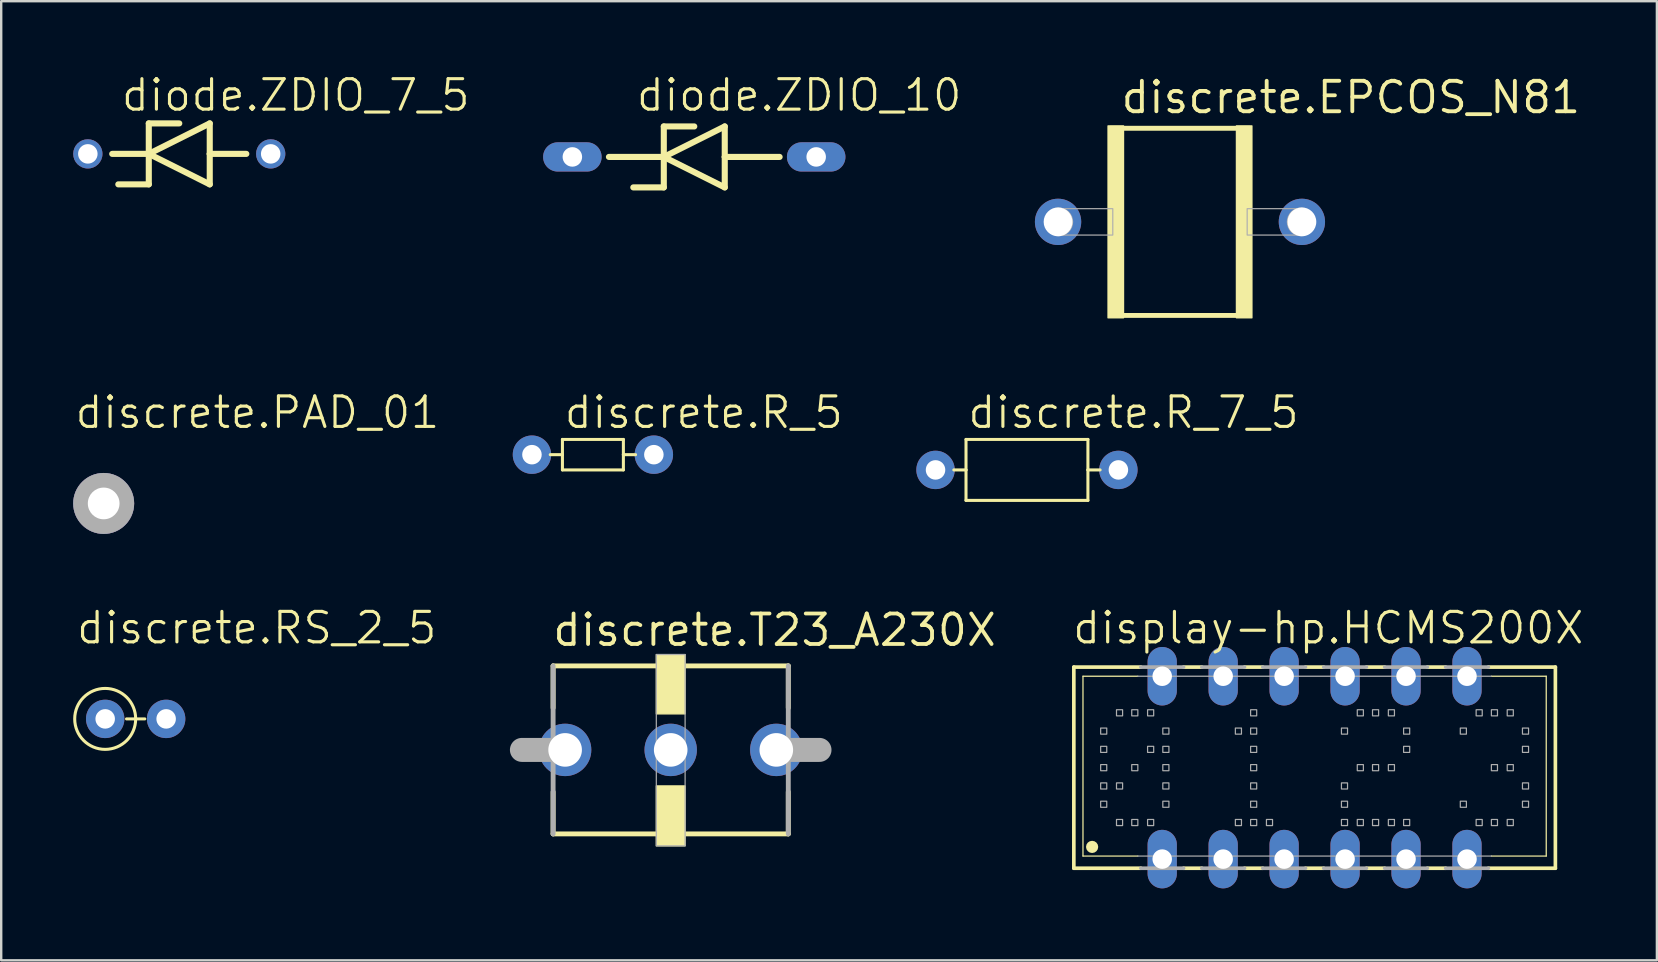
<source format=kicad_pcb>
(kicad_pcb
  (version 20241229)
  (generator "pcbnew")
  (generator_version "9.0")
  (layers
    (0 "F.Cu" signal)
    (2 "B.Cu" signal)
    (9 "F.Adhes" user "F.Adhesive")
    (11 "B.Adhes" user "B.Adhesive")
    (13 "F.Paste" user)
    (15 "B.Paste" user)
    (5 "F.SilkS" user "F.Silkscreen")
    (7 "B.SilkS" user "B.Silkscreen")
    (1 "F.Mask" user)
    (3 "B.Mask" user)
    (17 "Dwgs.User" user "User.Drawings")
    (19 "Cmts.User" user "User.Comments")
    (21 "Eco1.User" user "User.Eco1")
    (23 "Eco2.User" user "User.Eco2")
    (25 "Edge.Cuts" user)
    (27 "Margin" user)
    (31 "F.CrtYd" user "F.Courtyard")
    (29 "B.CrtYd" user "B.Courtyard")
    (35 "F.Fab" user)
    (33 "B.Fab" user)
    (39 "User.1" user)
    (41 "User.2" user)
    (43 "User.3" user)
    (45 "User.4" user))
  (footprint "display-hp.HCMS200X"
    (layer "F.Cu")
    (at 51.729 28.938)
    (property "Reference" "display-hp.HCMS200X" (at -10.16 -5.08 0) (layer "F.SilkS") (effects (font (size 1.27 1.27) (thickness 0.13)) (justify left bottom)))
    (attr through_hole)
    (fp_line (start -10.033 -4.191) (end -10.033 4.191) (stroke (width 0.152) (type default)) (layer "F.SilkS"))
    (fp_line (start -9.652 3.683) (end -9.652 -3.81) (stroke (width 0.051) (type default)) (layer "F.SilkS"))
    (fp_line (start -7.366 -3.81) (end -9.652 -3.81) (stroke (width 0.051) (type default)) (layer "F.SilkS"))
    (fp_line (start -7.366 3.683) (end -9.652 3.683) (stroke (width 0.051) (type default)) (layer "F.SilkS"))
    (fp_line (start -7.239 -4.191) (end -10.033 -4.191) (stroke (width 0.152) (type default)) (layer "F.SilkS"))
    (fp_line (start -7.239 4.191) (end -10.033 4.191) (stroke (width 0.152) (type default)) (layer "F.SilkS"))
    (fp_line (start -4.699 -4.191) (end -5.461 -4.191) (stroke (width 0.152) (type default)) (layer "F.SilkS"))
    (fp_line (start -4.699 4.191) (end -5.461 4.191) (stroke (width 0.152) (type default)) (layer "F.SilkS"))
    (fp_line (start -2.159 -4.191) (end -2.921 -4.191) (stroke (width 0.152) (type default)) (layer "F.SilkS"))
    (fp_line (start -2.159 4.191) (end -2.921 4.191) (stroke (width 0.152) (type default)) (layer "F.SilkS"))
    (fp_line (start 0.381 -4.191) (end -0.381 -4.191) (stroke (width 0.152) (type default)) (layer "F.SilkS"))
    (fp_line (start 0.381 4.191) (end -0.381 4.191) (stroke (width 0.152) (type default)) (layer "F.SilkS"))
    (fp_line (start 2.921 -4.191) (end 2.159 -4.191) (stroke (width 0.152) (type default)) (layer "F.SilkS"))
    (fp_line (start 2.921 4.191) (end 2.159 4.191) (stroke (width 0.152) (type default)) (layer "F.SilkS"))
    (fp_line (start 5.461 -4.191) (end 4.699 -4.191) (stroke (width 0.152) (type default)) (layer "F.SilkS"))
    (fp_line (start 5.461 4.191) (end 4.699 4.191) (stroke (width 0.152) (type default)) (layer "F.SilkS"))
    (fp_line (start 9.652 -3.81) (end 7.366 -3.81) (stroke (width 0.051) (type default)) (layer "F.SilkS"))
    (fp_line (start 9.652 -3.81) (end 9.652 3.683) (stroke (width 0.051) (type default)) (layer "F.SilkS"))
    (fp_line (start 9.652 3.683) (end 7.366 3.683) (stroke (width 0.051) (type default)) (layer "F.SilkS"))
    (fp_line (start 10.033 -4.191) (end 7.239 -4.191) (stroke (width 0.152) (type default)) (layer "F.SilkS"))
    (fp_line (start 10.033 4.191) (end 7.239 4.191) (stroke (width 0.152) (type default)) (layer "F.SilkS"))
    (fp_line (start 10.033 4.191) (end 10.033 -4.191) (stroke (width 0.152) (type default)) (layer "F.SilkS"))
    (fp_circle (center -9.271 3.302) (end -9.144 3.302) (stroke (width 0.254) (type default)) (fill no) (layer "F.SilkS"))
    (fp_line (start -7.366 -3.81) (end 7.366 -3.81) (stroke (width 0.051) (type default)) (layer "F.Fab"))
    (fp_line (start -7.366 3.683) (end 7.366 3.683) (stroke (width 0.051) (type default)) (layer "F.Fab"))
    (fp_line (start -7.239 -4.191) (end -5.461 -4.191) (stroke (width 0.152) (type default)) (layer "F.Fab"))
    (fp_line (start -5.461 4.191) (end -7.239 4.191) (stroke (width 0.152) (type default)) (layer "F.Fab"))
    (fp_line (start -4.699 -4.191) (end -2.921 -4.191) (stroke (width 0.152) (type default)) (layer "F.Fab"))
    (fp_line (start -4.699 4.191) (end -2.921 4.191) (stroke (width 0.152) (type default)) (layer "F.Fab"))
    (fp_line (start -0.381 -4.191) (end -2.159 -4.191) (stroke (width 0.152) (type default)) (layer "F.Fab"))
    (fp_line (start -0.381 4.191) (end -2.159 4.191) (stroke (width 0.152) (type default)) (layer "F.Fab"))
    (fp_line (start 0.381 -4.191) (end 2.159 -4.191) (stroke (width 0.152) (type default)) (layer "F.Fab"))
    (fp_line (start 2.159 4.191) (end 0.381 4.191) (stroke (width 0.152) (type default)) (layer "F.Fab"))
    (fp_line (start 4.699 -4.191) (end 2.921 -4.191) (stroke (width 0.152) (type default)) (layer "F.Fab"))
    (fp_line (start 4.699 4.191) (end 2.921 4.191) (stroke (width 0.152) (type default)) (layer "F.Fab"))
    (fp_line (start 5.461 -4.191) (end 7.239 -4.191) (stroke (width 0.152) (type default)) (layer "F.Fab"))
    (fp_line (start 5.461 4.191) (end 7.239 4.191) (stroke (width 0.152) (type default)) (layer "F.Fab"))
    (fp_rect (start -8.915 -1.397) (end -8.661 -1.651) (stroke (width 0.05) (type default)) (fill no) (layer "F.Fab"))
    (fp_rect (start -8.915 -0.635) (end -8.661 -0.889) (stroke (width 0.05) (type default)) (fill no) (layer "F.Fab"))
    (fp_rect (start -8.915 0.127) (end -8.661 -0.127) (stroke (width 0.05) (type default)) (fill no) (layer "F.Fab"))
    (fp_rect (start -8.915 0.889) (end -8.661 0.635) (stroke (width 0.05) (type default)) (fill no) (layer "F.Fab"))
    (fp_rect (start -8.915 1.651) (end -8.661 1.397) (stroke (width 0.05) (type default)) (fill no) (layer "F.Fab"))
    (fp_rect (start -8.255 -2.159) (end -8.001 -2.413) (stroke (width 0.05) (type default)) (fill no) (layer "F.Fab"))
    (fp_rect (start -8.255 0.889) (end -8.001 0.635) (stroke (width 0.05) (type default)) (fill no) (layer "F.Fab"))
    (fp_rect (start -8.255 2.413) (end -8.001 2.159) (stroke (width 0.05) (type default)) (fill no) (layer "F.Fab"))
    (fp_rect (start -7.62 -2.159) (end -7.366 -2.413) (stroke (width 0.05) (type default)) (fill no) (layer "F.Fab"))
    (fp_rect (start -7.62 0.127) (end -7.366 -0.127) (stroke (width 0.05) (type default)) (fill no) (layer "F.Fab"))
    (fp_rect (start -7.62 2.413) (end -7.366 2.159) (stroke (width 0.05) (type default)) (fill no) (layer "F.Fab"))
    (fp_rect (start -6.96 -2.159) (end -6.706 -2.413) (stroke (width 0.05) (type default)) (fill no) (layer "F.Fab"))
    (fp_rect (start -6.96 -0.635) (end -6.706 -0.889) (stroke (width 0.05) (type default)) (fill no) (layer "F.Fab"))
    (fp_rect (start -6.96 2.413) (end -6.706 2.159) (stroke (width 0.05) (type default)) (fill no) (layer "F.Fab"))
    (fp_rect (start -6.325 -1.397) (end -6.071 -1.651) (stroke (width 0.05) (type default)) (fill no) (layer "F.Fab"))
    (fp_rect (start -6.325 -0.635) (end -6.071 -0.889) (stroke (width 0.05) (type default)) (fill no) (layer "F.Fab"))
    (fp_rect (start -6.325 0.127) (end -6.071 -0.127) (stroke (width 0.05) (type default)) (fill no) (layer "F.Fab"))
    (fp_rect (start -6.325 0.889) (end -6.071 0.635) (stroke (width 0.05) (type default)) (fill no) (layer "F.Fab"))
    (fp_rect (start -6.325 1.651) (end -6.071 1.397) (stroke (width 0.05) (type default)) (fill no) (layer "F.Fab"))
    (fp_rect (start -3.302 -1.397) (end -3.048 -1.651) (stroke (width 0.05) (type default)) (fill no) (layer "F.Fab"))
    (fp_rect (start -3.302 2.413) (end -3.048 2.159) (stroke (width 0.05) (type default)) (fill no) (layer "F.Fab"))
    (fp_rect (start -2.667 -2.159) (end -2.413 -2.413) (stroke (width 0.05) (type default)) (fill no) (layer "F.Fab"))
    (fp_rect (start -2.667 -1.397) (end -2.413 -1.651) (stroke (width 0.05) (type default)) (fill no) (layer "F.Fab"))
    (fp_rect (start -2.667 -0.635) (end -2.413 -0.889) (stroke (width 0.05) (type default)) (fill no) (layer "F.Fab"))
    (fp_rect (start -2.667 0.127) (end -2.413 -0.127) (stroke (width 0.05) (type default)) (fill no) (layer "F.Fab"))
    (fp_rect (start -2.667 0.889) (end -2.413 0.635) (stroke (width 0.05) (type default)) (fill no) (layer "F.Fab"))
    (fp_rect (start -2.667 1.651) (end -2.413 1.397) (stroke (width 0.05) (type default)) (fill no) (layer "F.Fab"))
    (fp_rect (start -2.667 2.413) (end -2.413 2.159) (stroke (width 0.05) (type default)) (fill no) (layer "F.Fab"))
    (fp_rect (start -2.007 2.413) (end -1.753 2.159) (stroke (width 0.05) (type default)) (fill no) (layer "F.Fab"))
    (fp_rect (start 1.118 -1.397) (end 1.372 -1.651) (stroke (width 0.05) (type default)) (fill no) (layer "F.Fab"))
    (fp_rect (start 1.118 0.889) (end 1.372 0.635) (stroke (width 0.05) (type default)) (fill no) (layer "F.Fab"))
    (fp_rect (start 1.118 1.651) (end 1.372 1.397) (stroke (width 0.05) (type default)) (fill no) (layer "F.Fab"))
    (fp_rect (start 1.118 2.413) (end 1.372 2.159) (stroke (width 0.05) (type default)) (fill no) (layer "F.Fab"))
    (fp_rect (start 1.778 -2.159) (end 2.032 -2.413) (stroke (width 0.05) (type default)) (fill no) (layer "F.Fab"))
    (fp_rect (start 1.778 0.127) (end 2.032 -0.127) (stroke (width 0.05) (type default)) (fill no) (layer "F.Fab"))
    (fp_rect (start 1.778 2.413) (end 2.032 2.159) (stroke (width 0.05) (type default)) (fill no) (layer "F.Fab"))
    (fp_rect (start 2.413 -2.159) (end 2.667 -2.413) (stroke (width 0.05) (type default)) (fill no) (layer "F.Fab"))
    (fp_rect (start 2.413 0.127) (end 2.667 -0.127) (stroke (width 0.05) (type default)) (fill no) (layer "F.Fab"))
    (fp_rect (start 2.413 2.413) (end 2.667 2.159) (stroke (width 0.05) (type default)) (fill no) (layer "F.Fab"))
    (fp_rect (start 3.073 -2.159) (end 3.327 -2.413) (stroke (width 0.05) (type default)) (fill no) (layer "F.Fab"))
    (fp_rect (start 3.073 0.127) (end 3.327 -0.127) (stroke (width 0.05) (type default)) (fill no) (layer "F.Fab"))
    (fp_rect (start 3.073 2.413) (end 3.327 2.159) (stroke (width 0.05) (type default)) (fill no) (layer "F.Fab"))
    (fp_rect (start 3.708 -1.397) (end 3.962 -1.651) (stroke (width 0.05) (type default)) (fill no) (layer "F.Fab"))
    (fp_rect (start 3.708 -0.635) (end 3.962 -0.889) (stroke (width 0.05) (type default)) (fill no) (layer "F.Fab"))
    (fp_rect (start 3.708 2.413) (end 3.962 2.159) (stroke (width 0.05) (type default)) (fill no) (layer "F.Fab"))
    (fp_rect (start 6.071 -1.397) (end 6.325 -1.651) (stroke (width 0.05) (type default)) (fill no) (layer "F.Fab"))
    (fp_rect (start 6.071 1.651) (end 6.325 1.397) (stroke (width 0.05) (type default)) (fill no) (layer "F.Fab"))
    (fp_rect (start 6.731 -2.159) (end 6.985 -2.413) (stroke (width 0.05) (type default)) (fill no) (layer "F.Fab"))
    (fp_rect (start 6.731 2.413) (end 6.985 2.159) (stroke (width 0.05) (type default)) (fill no) (layer "F.Fab"))
    (fp_rect (start 7.366 -2.159) (end 7.62 -2.413) (stroke (width 0.05) (type default)) (fill no) (layer "F.Fab"))
    (fp_rect (start 7.366 0.127) (end 7.62 -0.127) (stroke (width 0.05) (type default)) (fill no) (layer "F.Fab"))
    (fp_rect (start 7.366 2.413) (end 7.62 2.159) (stroke (width 0.05) (type default)) (fill no) (layer "F.Fab"))
    (fp_rect (start 8.026 -2.159) (end 8.28 -2.413) (stroke (width 0.05) (type default)) (fill no) (layer "F.Fab"))
    (fp_rect (start 8.026 0.127) (end 8.28 -0.127) (stroke (width 0.05) (type default)) (fill no) (layer "F.Fab"))
    (fp_rect (start 8.026 2.413) (end 8.28 2.159) (stroke (width 0.05) (type default)) (fill no) (layer "F.Fab"))
    (fp_rect (start 8.661 -1.397) (end 8.915 -1.651) (stroke (width 0.05) (type default)) (fill no) (layer "F.Fab"))
    (fp_rect (start 8.661 -0.635) (end 8.915 -0.889) (stroke (width 0.05) (type default)) (fill no) (layer "F.Fab"))
    (fp_rect (start 8.661 0.889) (end 8.915 0.635) (stroke (width 0.05) (type default)) (fill no) (layer "F.Fab"))
    (fp_rect (start 8.661 1.651) (end 8.915 1.397) (stroke (width 0.05) (type default)) (fill no) (layer "F.Fab"))
    (pad "1" thru_hole oval (at -6.35 3.81 90) (size 2.438 1.219) (drill 0.813) (layers "*.Cu" "*.Mask"))
    (pad "2" thru_hole oval (at -3.81 3.81 90) (size 2.438 1.219) (drill 0.813) (layers "*.Cu" "*.Mask"))
    (pad "3" thru_hole oval (at -1.27 3.81 90) (size 2.438 1.219) (drill 0.813) (layers "*.Cu" "*.Mask"))
    (pad "4" thru_hole oval (at 1.27 3.81 90) (size 2.438 1.219) (drill 0.813) (layers "*.Cu" "*.Mask"))
    (pad "5" thru_hole oval (at 3.81 3.81 90) (size 2.438 1.219) (drill 0.813) (layers "*.Cu" "*.Mask"))
    (pad "6" thru_hole oval (at 6.35 3.81 90) (size 2.438 1.219) (drill 0.813) (layers "*.Cu" "*.Mask"))
    (pad "7" thru_hole oval (at 6.35 -3.81 90) (size 2.438 1.219) (drill 0.813) (layers "*.Cu" "*.Mask"))
    (pad "8" thru_hole oval (at 3.81 -3.81 90) (size 2.438 1.219) (drill 0.813) (layers "*.Cu" "*.Mask"))
    (pad "9" thru_hole oval (at 1.27 -3.81 90) (size 2.438 1.219) (drill 0.813) (layers "*.Cu" "*.Mask"))
    (pad "10" thru_hole oval (at -1.27 -3.81 90) (size 2.438 1.219) (drill 0.813) (layers "*.Cu" "*.Mask"))
    (pad "11" thru_hole oval (at -3.81 -3.81 90) (size 2.438 1.219) (drill 0.813) (layers "*.Cu" "*.Mask"))
    (pad "12" thru_hole oval (at -6.35 -3.81 90) (size 2.438 1.219) (drill 0.813) (layers "*.Cu" "*.Mask")))
  (footprint "diode.ZDIO_10"
    (layer "F.Cu")
    (at 25.88 3.489)
    (property "Reference" "diode.ZDIO_10" (at -2.489 -1.829 0) (layer "F.SilkS") (effects (font (size 1.27 1.27) (thickness 0.13)) (justify left bottom)))
    (attr through_hole)
    (fp_line (start -3.556 0) (end -1.27 0) (stroke (width 0.254) (type default)) (layer "F.SilkS"))
    (fp_line (start -1.27 -1.27) (end -1.27 0) (stroke (width 0.254) (type default)) (layer "F.SilkS"))
    (fp_line (start -1.27 0) (end -1.27 1.27) (stroke (width 0.254) (type default)) (layer "F.SilkS"))
    (fp_line (start -1.27 0) (end 1.27 -1.27) (stroke (width 0.254) (type default)) (layer "F.SilkS"))
    (fp_line (start -1.27 1.27) (end -2.54 1.27) (stroke (width 0.254) (type default)) (layer "F.SilkS"))
    (fp_line (start 0 -1.27) (end -1.27 -1.27) (stroke (width 0.254) (type default)) (layer "F.SilkS"))
    (fp_line (start 1.27 -1.27) (end 1.27 0) (stroke (width 0.254) (type default)) (layer "F.SilkS"))
    (fp_line (start 1.27 0) (end 1.27 1.27) (stroke (width 0.254) (type default)) (layer "F.SilkS"))
    (fp_line (start 1.27 0) (end 3.556 0) (stroke (width 0.254) (type default)) (layer "F.SilkS"))
    (fp_line (start 1.27 1.27) (end -1.27 0) (stroke (width 0.254) (type default)) (layer "F.SilkS"))
    (pad "A" thru_hole oval (at 5.08 0) (size 2.438 1.219) (drill 0.813) (layers "*.Cu" "*.Mask"))
    (pad "C" thru_hole oval (at -5.08 0) (size 2.438 1.219) (drill 0.813) (layers "*.Cu" "*.Mask")))
  (footprint "diode.ZDIO_7_5"
    (layer "F.Cu")
    (at 4.42 3.362)
    (property "Reference" "diode.ZDIO_7_5" (at -2.489 -1.702 0) (layer "F.SilkS") (effects (font (size 1.27 1.27) (thickness 0.13)) (justify left bottom)))
    (attr through_hole)
    (fp_line (start -2.794 0) (end -1.27 0) (stroke (width 0.254) (type default)) (layer "F.SilkS"))
    (fp_line (start -1.27 -1.27) (end -1.27 0) (stroke (width 0.254) (type default)) (layer "F.SilkS"))
    (fp_line (start -1.27 0) (end -1.27 1.27) (stroke (width 0.254) (type default)) (layer "F.SilkS"))
    (fp_line (start -1.27 0) (end 1.27 -1.27) (stroke (width 0.254) (type default)) (layer "F.SilkS"))
    (fp_line (start -1.27 1.27) (end -2.54 1.27) (stroke (width 0.254) (type default)) (layer "F.SilkS"))
    (fp_line (start 0 -1.27) (end -1.27 -1.27) (stroke (width 0.254) (type default)) (layer "F.SilkS"))
    (fp_line (start 1.27 -1.27) (end 1.27 0) (stroke (width 0.254) (type default)) (layer "F.SilkS"))
    (fp_line (start 1.27 0) (end 1.27 1.27) (stroke (width 0.254) (type default)) (layer "F.SilkS"))
    (fp_line (start 1.27 0) (end 2.794 0) (stroke (width 0.254) (type default)) (layer "F.SilkS"))
    (fp_line (start 1.27 1.27) (end -1.27 0) (stroke (width 0.254) (type default)) (layer "F.SilkS"))
    (pad "A" thru_hole circle (at 3.81 0) (size 1.219 1.219) (drill 0.813) (layers "*.Cu" "*.Mask"))
    (pad "C" thru_hole circle (at -3.81 0) (size 1.219 1.219) (drill 0.813) (layers "*.Cu" "*.Mask")))
  (footprint "discrete.R_5"
    (layer "F.Cu")
    (at 21.656 15.896)
    (property "Reference" "discrete.R_5" (at -1.27 -1.016 0) (layer "F.SilkS") (effects (font (size 1.27 1.27) (thickness 0.13)) (justify left bottom)))
    (attr through_hole)
    (fp_line (start -1.778 0) (end -1.27 0) (stroke (width 0.127) (type default)) (layer "F.SilkS"))
    (fp_line (start -1.27 -0.635) (end -1.27 0) (stroke (width 0.127) (type default)) (layer "F.SilkS"))
    (fp_line (start -1.27 -0.635) (end 1.27 -0.635) (stroke (width 0.127) (type default)) (layer "F.SilkS"))
    (fp_line (start -1.27 0) (end -1.27 0.635) (stroke (width 0.127) (type default)) (layer "F.SilkS"))
    (fp_line (start 1.27 -0.635) (end 1.27 0) (stroke (width 0.127) (type default)) (layer "F.SilkS"))
    (fp_line (start 1.27 0) (end 1.27 0.635) (stroke (width 0.127) (type default)) (layer "F.SilkS"))
    (fp_line (start 1.27 0) (end 1.778 0) (stroke (width 0.127) (type default)) (layer "F.SilkS"))
    (fp_line (start 1.27 0.635) (end -1.27 0.635) (stroke (width 0.127) (type default)) (layer "F.SilkS"))
    (pad "1" thru_hole circle (at -2.54 0) (size 1.6 1.6) (drill 0.813) (layers "*.Cu" "*.Mask"))
    (pad "2" thru_hole circle (at 2.54 0) (size 1.6 1.6) (drill 0.813) (layers "*.Cu" "*.Mask")))
  (footprint "discrete.PAD_01"
    (layer "F.Cu")
    (at 1.27 17.928)
    (property "Reference" "discrete.PAD_01" (at -1.27 -3.048 0) (layer "F.SilkS") (effects (font (size 1.27 1.27) (thickness 0.13)) (justify left bottom)))
    (attr through_hole)
    (fp_circle (center 0 0) (end 0.889 0) (stroke (width 0.762) (type default)) (fill no) (layer "F.Fab"))
    (pad "1" thru_hole circle (at 0 0) (size 2.54 2.54) (drill 1.321) (layers "*.Cu" "*.Mask")))
  (footprint "discrete.EPCOS_N81"
    (layer "F.Cu")
    (at 46.119 6.195)
    (property "Reference" "discrete.EPCOS_N81" (at -2.54 -4.445 0) (layer "F.SilkS") (effects (font (size 1.27 1.27) (thickness 0.16)) (justify left bottom)))
    (attr through_hole)
    (fp_line (start -2.9 -3.9) (end 2.9 -3.9) (stroke (width 0.203) (type default)) (layer "F.SilkS"))
    (fp_line (start 2.9 3.9) (end -2.9 3.9) (stroke (width 0.203) (type default)) (layer "F.SilkS"))
    (fp_rect (start -3 4) (end -2.35 -4) (stroke (width 0.05) (type default)) (fill yes) (layer "F.SilkS"))
    (fp_rect (start 2.35 4) (end 3 -4) (stroke (width 0.05) (type default)) (fill yes) (layer "F.SilkS"))
    (fp_rect (start -5.05 0.55) (end -2.8 -0.55) (stroke (width 0.05) (type default)) (fill no) (layer "F.Fab"))
    (fp_rect (start 2.8 0.55) (end 5.05 -0.55) (stroke (width 0.05) (type default)) (fill no) (layer "F.Fab"))
    (fp_circle (center -5.05 0) (end -4.5 0) (stroke (width 0.1) (type default)) (fill no) (layer "F.Fab"))
    (fp_circle (center 5.05 0) (end 5.6 0) (stroke (width 0.1) (type default)) (fill no) (layer "F.Fab"))
    (pad "1" thru_hole circle (at -5.08 0) (size 1.93 1.93) (drill 1.2) (layers "*.Cu" "*.Mask"))
    (pad "2" thru_hole circle (at 5.08 0) (size 1.93 1.93) (drill 1.2) (layers "*.Cu" "*.Mask")))
  (footprint "discrete.RS_2_5"
    (layer "F.Cu")
    (at 2.603 26.906)
    (property "Reference" "discrete.RS_2_5" (at -2.54 -3.048 0) (layer "F.SilkS") (effects (font (size 1.27 1.27) (thickness 0.13)) (justify left bottom)))
    (attr through_hole)
    (fp_line (start -0.381 0) (end 0.381 0) (stroke (width 0.127) (type default)) (layer "F.SilkS"))
    (fp_circle (center -1.27 0) (end 0 0) (stroke (width 0.127) (type default)) (fill no) (layer "F.SilkS"))
    (pad "1" thru_hole circle (at -1.27 0) (size 1.6 1.6) (drill 0.813) (layers "*.Cu" "*.Mask"))
    (pad "2" thru_hole circle (at 1.27 0) (size 1.6 1.6) (drill 0.813) (layers "*.Cu" "*.Mask")))
  (footprint "discrete.T23_A230X"
    (layer "F.Cu")
    (at 24.898 28.198)
    (property "Reference" "discrete.T23_A230X" (at -5 -4.25 0) (layer "F.SilkS") (effects (font (size 1.27 1.27) (thickness 0.16)) (justify left bottom)))
    (attr through_hole)
    (fp_line (start -4.9 -3.5) (end 4.9 -3.5) (stroke (width 0.203) (type default)) (layer "F.SilkS"))
    (fp_line (start -4.9 -1.75) (end -4.9 -3.5) (stroke (width 0.203) (type default)) (layer "F.SilkS"))
    (fp_line (start -4.9 3.5) (end -4.9 1.75) (stroke (width 0.203) (type default)) (layer "F.SilkS"))
    (fp_line (start 4.9 -3.5) (end 4.9 -1.75) (stroke (width 0.203) (type default)) (layer "F.SilkS"))
    (fp_line (start 4.9 1.75) (end 4.9 3.5) (stroke (width 0.203) (type default)) (layer "F.SilkS"))
    (fp_line (start 4.9 3.5) (end -4.9 3.5) (stroke (width 0.203) (type default)) (layer "F.SilkS"))
    (fp_rect (start -0.6 -1.5) (end 0.6 -3.975) (stroke (width 0.05) (type default)) (fill yes) (layer "F.SilkS"))
    (fp_rect (start -0.6 4) (end 0.6 1.5) (stroke (width 0.05) (type default)) (fill yes) (layer "F.SilkS"))
    (fp_line (start -6.2 0) (end -4.4 0) (stroke (width 1) (type default)) (layer "F.Fab"))
    (fp_line (start -4.9 3.5) (end -4.9 -3.5) (stroke (width 0.203) (type default)) (layer "F.Fab"))
    (fp_line (start 4.9 -3.5) (end 4.9 3.5) (stroke (width 0.203) (type default)) (layer "F.Fab"))
    (fp_line (start 6.2 0) (end 4.4 0) (stroke (width 1) (type default)) (layer "F.Fab"))
    (fp_rect (start -0.6 4) (end 0.6 -3.975) (stroke (width 0.05) (type default)) (fill no) (layer "F.Fab"))
    (pad "1" thru_hole circle (at -4.4 0) (size 2.184 2.184) (drill 1.4) (layers "*.Cu" "*.Mask"))
    (pad "2" thru_hole circle (at 0 0) (size 2.184 2.184) (drill 1.4) (layers "*.Cu" "*.Mask"))
    (pad "3" thru_hole circle (at 4.4 0) (size 2.184 2.184) (drill 1.4) (layers "*.Cu" "*.Mask")))
  (footprint "discrete.R_7_5"
    (layer "F.Cu")
    (at 39.743 16.531)
    (property "Reference" "discrete.R_7_5" (at -2.54 -1.651 0) (layer "F.SilkS") (effects (font (size 1.27 1.27) (thickness 0.13)) (justify left bottom)))
    (attr through_hole)
    (fp_line (start -2.54 -1.27) (end -2.54 0) (stroke (width 0.127) (type default)) (layer "F.SilkS"))
    (fp_line (start -2.54 0) (end -3.048 0) (stroke (width 0.127) (type default)) (layer "F.SilkS"))
    (fp_line (start -2.54 0) (end -2.54 1.27) (stroke (width 0.127) (type default)) (layer "F.SilkS"))
    (fp_line (start -2.54 1.27) (end 2.54 1.27) (stroke (width 0.127) (type default)) (layer "F.SilkS"))
    (fp_line (start 2.54 -1.27) (end -2.54 -1.27) (stroke (width 0.127) (type default)) (layer "F.SilkS"))
    (fp_line (start 2.54 0) (end 2.54 -1.27) (stroke (width 0.127) (type default)) (layer "F.SilkS"))
    (fp_line (start 2.54 0) (end 3.048 0) (stroke (width 0.127) (type default)) (layer "F.SilkS"))
    (fp_line (start 2.54 1.27) (end 2.54 0) (stroke (width 0.127) (type default)) (layer "F.SilkS"))
    (pad "1" thru_hole circle (at -3.81 0) (size 1.6 1.6) (drill 0.813) (layers "*.Cu" "*.Mask"))
    (pad "2" thru_hole circle (at 3.81 0) (size 1.6 1.6) (drill 0.813) (layers "*.Cu" "*.Mask")))
  (gr_rect
    (start -3 -3)
    (end 65.992 36.967)
    (stroke (width 0.1) (type default))
    (fill no)
    (layer "Edge.Cuts")))
</source>
